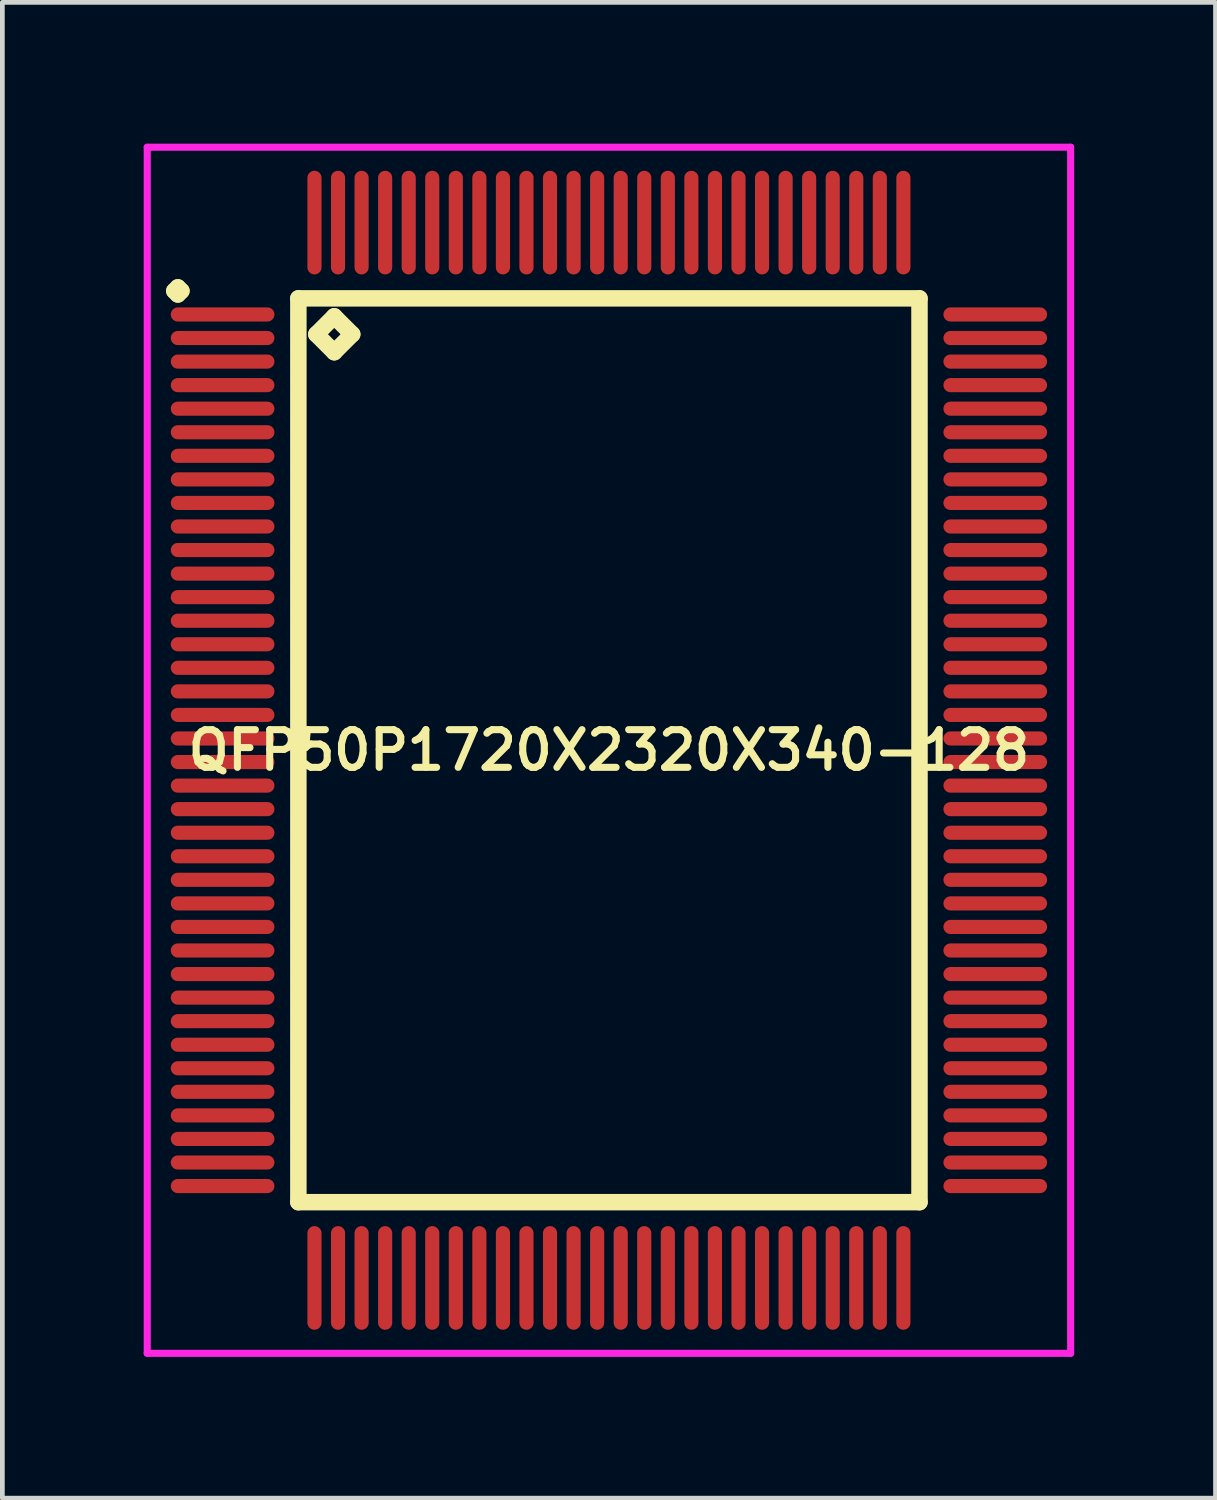
<source format=kicad_pcb>
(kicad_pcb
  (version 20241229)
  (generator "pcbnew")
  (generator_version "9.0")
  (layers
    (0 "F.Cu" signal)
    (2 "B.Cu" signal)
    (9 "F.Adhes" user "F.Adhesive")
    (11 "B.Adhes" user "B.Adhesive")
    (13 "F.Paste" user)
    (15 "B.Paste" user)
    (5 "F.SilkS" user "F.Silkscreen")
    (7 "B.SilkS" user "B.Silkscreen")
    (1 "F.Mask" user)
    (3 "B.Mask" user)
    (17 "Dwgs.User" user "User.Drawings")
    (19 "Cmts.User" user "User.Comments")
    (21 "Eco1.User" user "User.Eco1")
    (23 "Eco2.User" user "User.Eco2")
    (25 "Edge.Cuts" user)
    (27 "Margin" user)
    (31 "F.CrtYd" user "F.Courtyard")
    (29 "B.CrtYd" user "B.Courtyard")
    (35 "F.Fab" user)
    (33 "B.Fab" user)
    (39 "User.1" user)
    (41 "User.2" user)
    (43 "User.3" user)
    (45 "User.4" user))
  (footprint "QFP50P1720X2320X340-128"
    (layer "F.Cu")
    (at 9.875 12.875)
    (property "Reference" "QFP50P1720X2320X340-128" (at 0 0 0) (layer "F.SilkS") (effects (font (size 0.8 0.8) (thickness 0.15))))
    (attr smd)
    (fp_line (start -9.225 -9.75) (end -9.15 -9.825) (stroke (width 0.35) (type solid)) (layer "F.SilkS"))
    (fp_line (start -9.15 -9.825) (end -9.075 -9.75) (stroke (width 0.35) (type solid)) (layer "F.SilkS"))
    (fp_line (start -9.15 -9.675) (end -9.225 -9.75) (stroke (width 0.35) (type solid)) (layer "F.SilkS"))
    (fp_line (start -9.075 -9.75) (end -9.15 -9.675) (stroke (width 0.35) (type solid)) (layer "F.SilkS"))
    (fp_line (start -6.592 -9.592) (end -6.592 9.592) (stroke (width 0.35) (type solid)) (layer "F.SilkS"))
    (fp_line (start -6.592 9.592) (end 6.592 9.592) (stroke (width 0.35) (type solid)) (layer "F.SilkS"))
    (fp_line (start -6.211 -8.83) (end -5.83 -9.211) (stroke (width 0.35) (type solid)) (layer "F.SilkS"))
    (fp_line (start -5.83 -9.211) (end -5.449 -8.83) (stroke (width 0.35) (type solid)) (layer "F.SilkS"))
    (fp_line (start -5.83 -8.449) (end -6.211 -8.83) (stroke (width 0.35) (type solid)) (layer "F.SilkS"))
    (fp_line (start -5.449 -8.83) (end -5.83 -8.449) (stroke (width 0.35) (type solid)) (layer "F.SilkS"))
    (fp_line (start 6.592 -9.592) (end -6.592 -9.592) (stroke (width 0.35) (type solid)) (layer "F.SilkS"))
    (fp_line (start 6.592 9.592) (end 6.592 -9.592) (stroke (width 0.35) (type solid)) (layer "F.SilkS"))
    (fp_line (start -9.8 -12.8) (end 9.8 -12.8) (stroke (width 0.15) (type solid)) (layer "F.CrtYd"))
    (fp_line (start -9.8 12.8) (end -9.8 -12.8) (stroke (width 0.15) (type solid)) (layer "F.CrtYd"))
    (fp_line (start 9.8 -12.8) (end 9.8 12.8) (stroke (width 0.15) (type solid)) (layer "F.CrtYd"))
    (fp_line (start 9.8 12.8) (end -9.8 12.8) (stroke (width 0.15) (type solid)) (layer "F.CrtYd"))
    (pad "1" smd oval (at -8.2 -9.25) (size 2.2 0.3) (layers "F.Cu" "F.Mask" "F.Paste"))
    (pad "2" smd oval (at -8.2 -8.75) (size 2.2 0.3) (layers "F.Cu" "F.Mask" "F.Paste"))
    (pad "3" smd oval (at -8.2 -8.25) (size 2.2 0.3) (layers "F.Cu" "F.Mask" "F.Paste"))
    (pad "4" smd oval (at -8.2 -7.75) (size 2.2 0.3) (layers "F.Cu" "F.Mask" "F.Paste"))
    (pad "5" smd oval (at -8.2 -7.25) (size 2.2 0.3) (layers "F.Cu" "F.Mask" "F.Paste"))
    (pad "6" smd oval (at -8.2 -6.75) (size 2.2 0.3) (layers "F.Cu" "F.Mask" "F.Paste"))
    (pad "7" smd oval (at -8.2 -6.25) (size 2.2 0.3) (layers "F.Cu" "F.Mask" "F.Paste"))
    (pad "8" smd oval (at -8.2 -5.75) (size 2.2 0.3) (layers "F.Cu" "F.Mask" "F.Paste"))
    (pad "9" smd oval (at -8.2 -5.25) (size 2.2 0.3) (layers "F.Cu" "F.Mask" "F.Paste"))
    (pad "10" smd oval (at -8.2 -4.75) (size 2.2 0.3) (layers "F.Cu" "F.Mask" "F.Paste"))
    (pad "11" smd oval (at -8.2 -4.25) (size 2.2 0.3) (layers "F.Cu" "F.Mask" "F.Paste"))
    (pad "12" smd oval (at -8.2 -3.75) (size 2.2 0.3) (layers "F.Cu" "F.Mask" "F.Paste"))
    (pad "13" smd oval (at -8.2 -3.25) (size 2.2 0.3) (layers "F.Cu" "F.Mask" "F.Paste"))
    (pad "14" smd oval (at -8.2 -2.75) (size 2.2 0.3) (layers "F.Cu" "F.Mask" "F.Paste"))
    (pad "15" smd oval (at -8.2 -2.25) (size 2.2 0.3) (layers "F.Cu" "F.Mask" "F.Paste"))
    (pad "16" smd oval (at -8.2 -1.75) (size 2.2 0.3) (layers "F.Cu" "F.Mask" "F.Paste"))
    (pad "17" smd oval (at -8.2 -1.25) (size 2.2 0.3) (layers "F.Cu" "F.Mask" "F.Paste"))
    (pad "18" smd oval (at -8.2 -0.75) (size 2.2 0.3) (layers "F.Cu" "F.Mask" "F.Paste"))
    (pad "19" smd oval (at -8.2 -0.25) (size 2.2 0.3) (layers "F.Cu" "F.Mask" "F.Paste"))
    (pad "20" smd oval (at -8.2 0.25) (size 2.2 0.3) (layers "F.Cu" "F.Mask" "F.Paste"))
    (pad "21" smd oval (at -8.2 0.75) (size 2.2 0.3) (layers "F.Cu" "F.Mask" "F.Paste"))
    (pad "22" smd oval (at -8.2 1.25) (size 2.2 0.3) (layers "F.Cu" "F.Mask" "F.Paste"))
    (pad "23" smd oval (at -8.2 1.75) (size 2.2 0.3) (layers "F.Cu" "F.Mask" "F.Paste"))
    (pad "24" smd oval (at -8.2 2.25) (size 2.2 0.3) (layers "F.Cu" "F.Mask" "F.Paste"))
    (pad "25" smd oval (at -8.2 2.75) (size 2.2 0.3) (layers "F.Cu" "F.Mask" "F.Paste"))
    (pad "26" smd oval (at -8.2 3.25) (size 2.2 0.3) (layers "F.Cu" "F.Mask" "F.Paste"))
    (pad "27" smd oval (at -8.2 3.75) (size 2.2 0.3) (layers "F.Cu" "F.Mask" "F.Paste"))
    (pad "28" smd oval (at -8.2 4.25) (size 2.2 0.3) (layers "F.Cu" "F.Mask" "F.Paste"))
    (pad "29" smd oval (at -8.2 4.75) (size 2.2 0.3) (layers "F.Cu" "F.Mask" "F.Paste"))
    (pad "30" smd oval (at -8.2 5.25) (size 2.2 0.3) (layers "F.Cu" "F.Mask" "F.Paste"))
    (pad "31" smd oval (at -8.2 5.75) (size 2.2 0.3) (layers "F.Cu" "F.Mask" "F.Paste"))
    (pad "32" smd oval (at -8.2 6.25) (size 2.2 0.3) (layers "F.Cu" "F.Mask" "F.Paste"))
    (pad "33" smd oval (at -8.2 6.75) (size 2.2 0.3) (layers "F.Cu" "F.Mask" "F.Paste"))
    (pad "34" smd oval (at -8.2 7.25) (size 2.2 0.3) (layers "F.Cu" "F.Mask" "F.Paste"))
    (pad "35" smd oval (at -8.2 7.75) (size 2.2 0.3) (layers "F.Cu" "F.Mask" "F.Paste"))
    (pad "36" smd oval (at -8.2 8.25) (size 2.2 0.3) (layers "F.Cu" "F.Mask" "F.Paste"))
    (pad "37" smd oval (at -8.2 8.75) (size 2.2 0.3) (layers "F.Cu" "F.Mask" "F.Paste"))
    (pad "38" smd oval (at -8.2 9.25) (size 2.2 0.3) (layers "F.Cu" "F.Mask" "F.Paste"))
    (pad "39" smd oval (at -6.25 11.2) (size 0.3 2.2) (layers "F.Cu" "F.Mask" "F.Paste"))
    (pad "40" smd oval (at -5.75 11.2) (size 0.3 2.2) (layers "F.Cu" "F.Mask" "F.Paste"))
    (pad "41" smd oval (at -5.25 11.2) (size 0.3 2.2) (layers "F.Cu" "F.Mask" "F.Paste"))
    (pad "42" smd oval (at -4.75 11.2) (size 0.3 2.2) (layers "F.Cu" "F.Mask" "F.Paste"))
    (pad "43" smd oval (at -4.25 11.2) (size 0.3 2.2) (layers "F.Cu" "F.Mask" "F.Paste"))
    (pad "44" smd oval (at -3.75 11.2) (size 0.3 2.2) (layers "F.Cu" "F.Mask" "F.Paste"))
    (pad "45" smd oval (at -3.25 11.2) (size 0.3 2.2) (layers "F.Cu" "F.Mask" "F.Paste"))
    (pad "46" smd oval (at -2.75 11.2) (size 0.3 2.2) (layers "F.Cu" "F.Mask" "F.Paste"))
    (pad "47" smd oval (at -2.25 11.2) (size 0.3 2.2) (layers "F.Cu" "F.Mask" "F.Paste"))
    (pad "48" smd oval (at -1.75 11.2) (size 0.3 2.2) (layers "F.Cu" "F.Mask" "F.Paste"))
    (pad "49" smd oval (at -1.25 11.2) (size 0.3 2.2) (layers "F.Cu" "F.Mask" "F.Paste"))
    (pad "50" smd oval (at -0.75 11.2) (size 0.3 2.2) (layers "F.Cu" "F.Mask" "F.Paste"))
    (pad "51" smd oval (at -0.25 11.2) (size 0.3 2.2) (layers "F.Cu" "F.Mask" "F.Paste"))
    (pad "52" smd oval (at 0.25 11.2) (size 0.3 2.2) (layers "F.Cu" "F.Mask" "F.Paste"))
    (pad "53" smd oval (at 0.75 11.2) (size 0.3 2.2) (layers "F.Cu" "F.Mask" "F.Paste"))
    (pad "54" smd oval (at 1.25 11.2) (size 0.3 2.2) (layers "F.Cu" "F.Mask" "F.Paste"))
    (pad "55" smd oval (at 1.75 11.2) (size 0.3 2.2) (layers "F.Cu" "F.Mask" "F.Paste"))
    (pad "56" smd oval (at 2.25 11.2) (size 0.3 2.2) (layers "F.Cu" "F.Mask" "F.Paste"))
    (pad "57" smd oval (at 2.75 11.2) (size 0.3 2.2) (layers "F.Cu" "F.Mask" "F.Paste"))
    (pad "58" smd oval (at 3.25 11.2) (size 0.3 2.2) (layers "F.Cu" "F.Mask" "F.Paste"))
    (pad "59" smd oval (at 3.75 11.2) (size 0.3 2.2) (layers "F.Cu" "F.Mask" "F.Paste"))
    (pad "60" smd oval (at 4.25 11.2) (size 0.3 2.2) (layers "F.Cu" "F.Mask" "F.Paste"))
    (pad "61" smd oval (at 4.75 11.2) (size 0.3 2.2) (layers "F.Cu" "F.Mask" "F.Paste"))
    (pad "62" smd oval (at 5.25 11.2) (size 0.3 2.2) (layers "F.Cu" "F.Mask" "F.Paste"))
    (pad "63" smd oval (at 5.75 11.2) (size 0.3 2.2) (layers "F.Cu" "F.Mask" "F.Paste"))
    (pad "64" smd oval (at 6.25 11.2) (size 0.3 2.2) (layers "F.Cu" "F.Mask" "F.Paste"))
    (pad "65" smd oval (at 8.2 9.25) (size 2.2 0.3) (layers "F.Cu" "F.Mask" "F.Paste"))
    (pad "66" smd oval (at 8.2 8.75) (size 2.2 0.3) (layers "F.Cu" "F.Mask" "F.Paste"))
    (pad "67" smd oval (at 8.2 8.25) (size 2.2 0.3) (layers "F.Cu" "F.Mask" "F.Paste"))
    (pad "68" smd oval (at 8.2 7.75) (size 2.2 0.3) (layers "F.Cu" "F.Mask" "F.Paste"))
    (pad "69" smd oval (at 8.2 7.25) (size 2.2 0.3) (layers "F.Cu" "F.Mask" "F.Paste"))
    (pad "70" smd oval (at 8.2 6.75) (size 2.2 0.3) (layers "F.Cu" "F.Mask" "F.Paste"))
    (pad "71" smd oval (at 8.2 6.25) (size 2.2 0.3) (layers "F.Cu" "F.Mask" "F.Paste"))
    (pad "72" smd oval (at 8.2 5.75) (size 2.2 0.3) (layers "F.Cu" "F.Mask" "F.Paste"))
    (pad "73" smd oval (at 8.2 5.25) (size 2.2 0.3) (layers "F.Cu" "F.Mask" "F.Paste"))
    (pad "74" smd oval (at 8.2 4.75) (size 2.2 0.3) (layers "F.Cu" "F.Mask" "F.Paste"))
    (pad "75" smd oval (at 8.2 4.25) (size 2.2 0.3) (layers "F.Cu" "F.Mask" "F.Paste"))
    (pad "76" smd oval (at 8.2 3.75) (size 2.2 0.3) (layers "F.Cu" "F.Mask" "F.Paste"))
    (pad "77" smd oval (at 8.2 3.25) (size 2.2 0.3) (layers "F.Cu" "F.Mask" "F.Paste"))
    (pad "78" smd oval (at 8.2 2.75) (size 2.2 0.3) (layers "F.Cu" "F.Mask" "F.Paste"))
    (pad "79" smd oval (at 8.2 2.25) (size 2.2 0.3) (layers "F.Cu" "F.Mask" "F.Paste"))
    (pad "80" smd oval (at 8.2 1.75) (size 2.2 0.3) (layers "F.Cu" "F.Mask" "F.Paste"))
    (pad "81" smd oval (at 8.2 1.25) (size 2.2 0.3) (layers "F.Cu" "F.Mask" "F.Paste"))
    (pad "82" smd oval (at 8.2 0.75) (size 2.2 0.3) (layers "F.Cu" "F.Mask" "F.Paste"))
    (pad "83" smd oval (at 8.2 0.25) (size 2.2 0.3) (layers "F.Cu" "F.Mask" "F.Paste"))
    (pad "84" smd oval (at 8.2 -0.25) (size 2.2 0.3) (layers "F.Cu" "F.Mask" "F.Paste"))
    (pad "85" smd oval (at 8.2 -0.75) (size 2.2 0.3) (layers "F.Cu" "F.Mask" "F.Paste"))
    (pad "86" smd oval (at 8.2 -1.25) (size 2.2 0.3) (layers "F.Cu" "F.Mask" "F.Paste"))
    (pad "87" smd oval (at 8.2 -1.75) (size 2.2 0.3) (layers "F.Cu" "F.Mask" "F.Paste"))
    (pad "88" smd oval (at 8.2 -2.25) (size 2.2 0.3) (layers "F.Cu" "F.Mask" "F.Paste"))
    (pad "89" smd oval (at 8.2 -2.75) (size 2.2 0.3) (layers "F.Cu" "F.Mask" "F.Paste"))
    (pad "90" smd oval (at 8.2 -3.25) (size 2.2 0.3) (layers "F.Cu" "F.Mask" "F.Paste"))
    (pad "91" smd oval (at 8.2 -3.75) (size 2.2 0.3) (layers "F.Cu" "F.Mask" "F.Paste"))
    (pad "92" smd oval (at 8.2 -4.25) (size 2.2 0.3) (layers "F.Cu" "F.Mask" "F.Paste"))
    (pad "93" smd oval (at 8.2 -4.75) (size 2.2 0.3) (layers "F.Cu" "F.Mask" "F.Paste"))
    (pad "94" smd oval (at 8.2 -5.25) (size 2.2 0.3) (layers "F.Cu" "F.Mask" "F.Paste"))
    (pad "95" smd oval (at 8.2 -5.75) (size 2.2 0.3) (layers "F.Cu" "F.Mask" "F.Paste"))
    (pad "96" smd oval (at 8.2 -6.25) (size 2.2 0.3) (layers "F.Cu" "F.Mask" "F.Paste"))
    (pad "97" smd oval (at 8.2 -6.75) (size 2.2 0.3) (layers "F.Cu" "F.Mask" "F.Paste"))
    (pad "98" smd oval (at 8.2 -7.25) (size 2.2 0.3) (layers "F.Cu" "F.Mask" "F.Paste"))
    (pad "99" smd oval (at 8.2 -7.75) (size 2.2 0.3) (layers "F.Cu" "F.Mask" "F.Paste"))
    (pad "100" smd oval (at 8.2 -8.25) (size 2.2 0.3) (layers "F.Cu" "F.Mask" "F.Paste"))
    (pad "101" smd oval (at 8.2 -8.75) (size 2.2 0.3) (layers "F.Cu" "F.Mask" "F.Paste"))
    (pad "102" smd oval (at 8.2 -9.25) (size 2.2 0.3) (layers "F.Cu" "F.Mask" "F.Paste"))
    (pad "103" smd oval (at 6.25 -11.2) (size 0.3 2.2) (layers "F.Cu" "F.Mask" "F.Paste"))
    (pad "104" smd oval (at 5.75 -11.2) (size 0.3 2.2) (layers "F.Cu" "F.Mask" "F.Paste"))
    (pad "105" smd oval (at 5.25 -11.2) (size 0.3 2.2) (layers "F.Cu" "F.Mask" "F.Paste"))
    (pad "106" smd oval (at 4.75 -11.2) (size 0.3 2.2) (layers "F.Cu" "F.Mask" "F.Paste"))
    (pad "107" smd oval (at 4.25 -11.2) (size 0.3 2.2) (layers "F.Cu" "F.Mask" "F.Paste"))
    (pad "108" smd oval (at 3.75 -11.2) (size 0.3 2.2) (layers "F.Cu" "F.Mask" "F.Paste"))
    (pad "109" smd oval (at 3.25 -11.2) (size 0.3 2.2) (layers "F.Cu" "F.Mask" "F.Paste"))
    (pad "110" smd oval (at 2.75 -11.2) (size 0.3 2.2) (layers "F.Cu" "F.Mask" "F.Paste"))
    (pad "111" smd oval (at 2.25 -11.2) (size 0.3 2.2) (layers "F.Cu" "F.Mask" "F.Paste"))
    (pad "112" smd oval (at 1.75 -11.2) (size 0.3 2.2) (layers "F.Cu" "F.Mask" "F.Paste"))
    (pad "113" smd oval (at 1.25 -11.2) (size 0.3 2.2) (layers "F.Cu" "F.Mask" "F.Paste"))
    (pad "114" smd oval (at 0.75 -11.2) (size 0.3 2.2) (layers "F.Cu" "F.Mask" "F.Paste"))
    (pad "115" smd oval (at 0.25 -11.2) (size 0.3 2.2) (layers "F.Cu" "F.Mask" "F.Paste"))
    (pad "116" smd oval (at -0.25 -11.2) (size 0.3 2.2) (layers "F.Cu" "F.Mask" "F.Paste"))
    (pad "117" smd oval (at -0.75 -11.2) (size 0.3 2.2) (layers "F.Cu" "F.Mask" "F.Paste"))
    (pad "118" smd oval (at -1.25 -11.2) (size 0.3 2.2) (layers "F.Cu" "F.Mask" "F.Paste"))
    (pad "119" smd oval (at -1.75 -11.2) (size 0.3 2.2) (layers "F.Cu" "F.Mask" "F.Paste"))
    (pad "120" smd oval (at -2.25 -11.2) (size 0.3 2.2) (layers "F.Cu" "F.Mask" "F.Paste"))
    (pad "121" smd oval (at -2.75 -11.2) (size 0.3 2.2) (layers "F.Cu" "F.Mask" "F.Paste"))
    (pad "122" smd oval (at -3.25 -11.2) (size 0.3 2.2) (layers "F.Cu" "F.Mask" "F.Paste"))
    (pad "123" smd oval (at -3.75 -11.2) (size 0.3 2.2) (layers "F.Cu" "F.Mask" "F.Paste"))
    (pad "124" smd oval (at -4.25 -11.2) (size 0.3 2.2) (layers "F.Cu" "F.Mask" "F.Paste"))
    (pad "125" smd oval (at -4.75 -11.2) (size 0.3 2.2) (layers "F.Cu" "F.Mask" "F.Paste"))
    (pad "126" smd oval (at -5.25 -11.2) (size 0.3 2.2) (layers "F.Cu" "F.Mask" "F.Paste"))
    (pad "127" smd oval (at -5.75 -11.2) (size 0.3 2.2) (layers "F.Cu" "F.Mask" "F.Paste"))
    (pad "128" smd oval (at -6.25 -11.2) (size 0.3 2.2) (layers "F.Cu" "F.Mask" "F.Paste")))
  (gr_rect
    (start -3 -3)
    (end 22.75 28.75)
    (stroke (width 0.1) (type default))
    (fill no)
    (layer "Edge.Cuts")))
</source>
